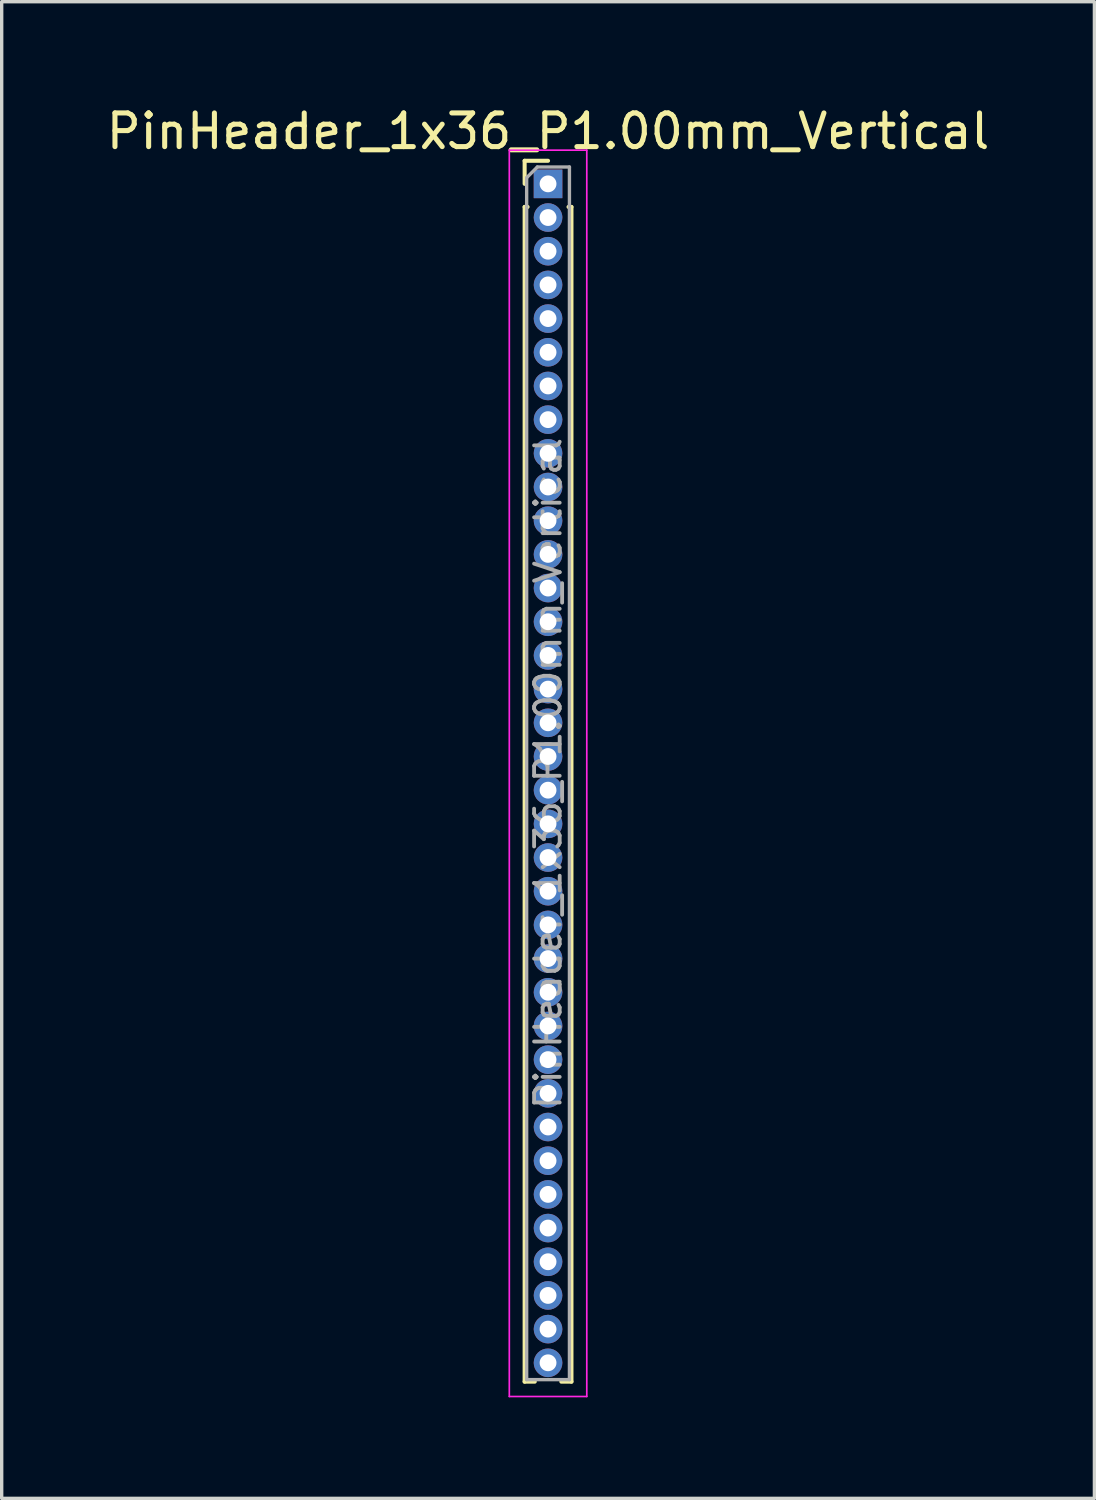
<source format=kicad_pcb>
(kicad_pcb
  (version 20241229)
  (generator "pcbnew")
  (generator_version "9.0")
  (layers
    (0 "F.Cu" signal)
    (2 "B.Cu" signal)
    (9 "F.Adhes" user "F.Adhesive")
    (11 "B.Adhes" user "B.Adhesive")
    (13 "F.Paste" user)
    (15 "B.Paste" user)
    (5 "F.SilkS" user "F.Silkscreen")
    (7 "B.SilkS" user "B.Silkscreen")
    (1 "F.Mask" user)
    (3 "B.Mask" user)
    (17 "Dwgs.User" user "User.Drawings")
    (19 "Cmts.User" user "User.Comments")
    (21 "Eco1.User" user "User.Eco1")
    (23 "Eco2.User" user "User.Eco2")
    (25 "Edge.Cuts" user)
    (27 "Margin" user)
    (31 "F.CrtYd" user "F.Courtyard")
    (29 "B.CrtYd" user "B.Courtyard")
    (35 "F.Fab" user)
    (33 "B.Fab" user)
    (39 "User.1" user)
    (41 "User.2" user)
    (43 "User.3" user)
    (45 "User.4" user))
  (footprint "PinHeader_1x36_P1.00mm_Vertical"
    (layer "F.Cu")
    (at 13.22 2.408)
    (property "Reference" "PinHeader_1x36_P1.00mm_Vertical" (at 0 -1.56 0) (layer "F.SilkS") (effects (font (size 1 1) (thickness 0.15))))
    (attr through_hole)
    (fp_line (start -0.695 -0.685) (end 0 -0.685) (stroke (width 0.12) (type solid)) (layer "F.SilkS"))
    (fp_line (start -0.695 0) (end -0.695 -0.685) (stroke (width 0.12) (type solid)) (layer "F.SilkS"))
    (fp_line (start -0.695 0.685) (end -0.695 35.56) (stroke (width 0.12) (type solid)) (layer "F.SilkS"))
    (fp_line (start -0.695 0.685) (end -0.608 0.685) (stroke (width 0.12) (type solid)) (layer "F.SilkS"))
    (fp_line (start -0.695 35.56) (end -0.394 35.56) (stroke (width 0.12) (type solid)) (layer "F.SilkS"))
    (fp_line (start 0.394 35.56) (end 0.695 35.56) (stroke (width 0.12) (type solid)) (layer "F.SilkS"))
    (fp_line (start 0.608 0.685) (end 0.695 0.685) (stroke (width 0.12) (type solid)) (layer "F.SilkS"))
    (fp_line (start 0.695 0.685) (end 0.695 35.56) (stroke (width 0.12) (type solid)) (layer "F.SilkS"))
    (fp_line (start -1.15 -1) (end -1.15 36) (stroke (width 0.05) (type solid)) (layer "F.CrtYd"))
    (fp_line (start -1.15 36) (end 1.15 36) (stroke (width 0.05) (type solid)) (layer "F.CrtYd"))
    (fp_line (start 1.15 -1) (end -1.15 -1) (stroke (width 0.05) (type solid)) (layer "F.CrtYd"))
    (fp_line (start 1.15 36) (end 1.15 -1) (stroke (width 0.05) (type solid)) (layer "F.CrtYd"))
    (fp_line (start -0.635 -0.182) (end -0.318 -0.5) (stroke (width 0.1) (type solid)) (layer "F.Fab"))
    (fp_line (start -0.635 35.5) (end -0.635 -0.182) (stroke (width 0.1) (type solid)) (layer "F.Fab"))
    (fp_line (start -0.318 -0.5) (end 0.635 -0.5) (stroke (width 0.1) (type solid)) (layer "F.Fab"))
    (fp_line (start 0.635 -0.5) (end 0.635 35.5) (stroke (width 0.1) (type solid)) (layer "F.Fab"))
    (fp_line (start 0.635 35.5) (end -0.635 35.5) (stroke (width 0.1) (type solid)) (layer "F.Fab"))
    (fp_text user "${REFERENCE}" (at 0 17.5 90) (layer "F.Fab") (effects (font (size 0.76 0.76) (thickness 0.114))))
    (pad "1" thru_hole rect (at 0 0) (size 0.85 0.85) (drill 0.5) (layers "*.Cu" "*.Mask"))
    (pad "2" thru_hole oval (at 0 1) (size 0.85 0.85) (drill 0.5) (layers "*.Cu" "*.Mask"))
    (pad "3" thru_hole oval (at 0 2) (size 0.85 0.85) (drill 0.5) (layers "*.Cu" "*.Mask"))
    (pad "4" thru_hole oval (at 0 3) (size 0.85 0.85) (drill 0.5) (layers "*.Cu" "*.Mask"))
    (pad "5" thru_hole oval (at 0 4) (size 0.85 0.85) (drill 0.5) (layers "*.Cu" "*.Mask"))
    (pad "6" thru_hole oval (at 0 5) (size 0.85 0.85) (drill 0.5) (layers "*.Cu" "*.Mask"))
    (pad "7" thru_hole oval (at 0 6) (size 0.85 0.85) (drill 0.5) (layers "*.Cu" "*.Mask"))
    (pad "8" thru_hole oval (at 0 7) (size 0.85 0.85) (drill 0.5) (layers "*.Cu" "*.Mask"))
    (pad "9" thru_hole oval (at 0 8) (size 0.85 0.85) (drill 0.5) (layers "*.Cu" "*.Mask"))
    (pad "10" thru_hole oval (at 0 9) (size 0.85 0.85) (drill 0.5) (layers "*.Cu" "*.Mask"))
    (pad "11" thru_hole oval (at 0 10) (size 0.85 0.85) (drill 0.5) (layers "*.Cu" "*.Mask"))
    (pad "12" thru_hole oval (at 0 11) (size 0.85 0.85) (drill 0.5) (layers "*.Cu" "*.Mask"))
    (pad "13" thru_hole oval (at 0 12) (size 0.85 0.85) (drill 0.5) (layers "*.Cu" "*.Mask"))
    (pad "14" thru_hole oval (at 0 13) (size 0.85 0.85) (drill 0.5) (layers "*.Cu" "*.Mask"))
    (pad "15" thru_hole oval (at 0 14) (size 0.85 0.85) (drill 0.5) (layers "*.Cu" "*.Mask"))
    (pad "16" thru_hole oval (at 0 15) (size 0.85 0.85) (drill 0.5) (layers "*.Cu" "*.Mask"))
    (pad "17" thru_hole oval (at 0 16) (size 0.85 0.85) (drill 0.5) (layers "*.Cu" "*.Mask"))
    (pad "18" thru_hole oval (at 0 17) (size 0.85 0.85) (drill 0.5) (layers "*.Cu" "*.Mask"))
    (pad "19" thru_hole oval (at 0 18) (size 0.85 0.85) (drill 0.5) (layers "*.Cu" "*.Mask"))
    (pad "20" thru_hole oval (at 0 19) (size 0.85 0.85) (drill 0.5) (layers "*.Cu" "*.Mask"))
    (pad "21" thru_hole oval (at 0 20) (size 0.85 0.85) (drill 0.5) (layers "*.Cu" "*.Mask"))
    (pad "22" thru_hole oval (at 0 21) (size 0.85 0.85) (drill 0.5) (layers "*.Cu" "*.Mask"))
    (pad "23" thru_hole oval (at 0 22) (size 0.85 0.85) (drill 0.5) (layers "*.Cu" "*.Mask"))
    (pad "24" thru_hole oval (at 0 23) (size 0.85 0.85) (drill 0.5) (layers "*.Cu" "*.Mask"))
    (pad "25" thru_hole oval (at 0 24) (size 0.85 0.85) (drill 0.5) (layers "*.Cu" "*.Mask"))
    (pad "26" thru_hole oval (at 0 25) (size 0.85 0.85) (drill 0.5) (layers "*.Cu" "*.Mask"))
    (pad "27" thru_hole oval (at 0 26) (size 0.85 0.85) (drill 0.5) (layers "*.Cu" "*.Mask"))
    (pad "28" thru_hole oval (at 0 27) (size 0.85 0.85) (drill 0.5) (layers "*.Cu" "*.Mask"))
    (pad "29" thru_hole oval (at 0 28) (size 0.85 0.85) (drill 0.5) (layers "*.Cu" "*.Mask"))
    (pad "30" thru_hole oval (at 0 29) (size 0.85 0.85) (drill 0.5) (layers "*.Cu" "*.Mask"))
    (pad "31" thru_hole oval (at 0 30) (size 0.85 0.85) (drill 0.5) (layers "*.Cu" "*.Mask"))
    (pad "32" thru_hole oval (at 0 31) (size 0.85 0.85) (drill 0.5) (layers "*.Cu" "*.Mask"))
    (pad "33" thru_hole oval (at 0 32) (size 0.85 0.85) (drill 0.5) (layers "*.Cu" "*.Mask"))
    (pad "34" thru_hole oval (at 0 33) (size 0.85 0.85) (drill 0.5) (layers "*.Cu" "*.Mask"))
    (pad "35" thru_hole oval (at 0 34) (size 0.85 0.85) (drill 0.5) (layers "*.Cu" "*.Mask"))
    (pad "36" thru_hole oval (at 0 35) (size 0.85 0.85) (drill 0.5) (layers "*.Cu" "*.Mask")))
  (gr_rect
    (start -3 -3)
    (end 29.44 41.433)
    (stroke (width 0.1) (type default))
    (fill no)
    (layer "Edge.Cuts")))
</source>
